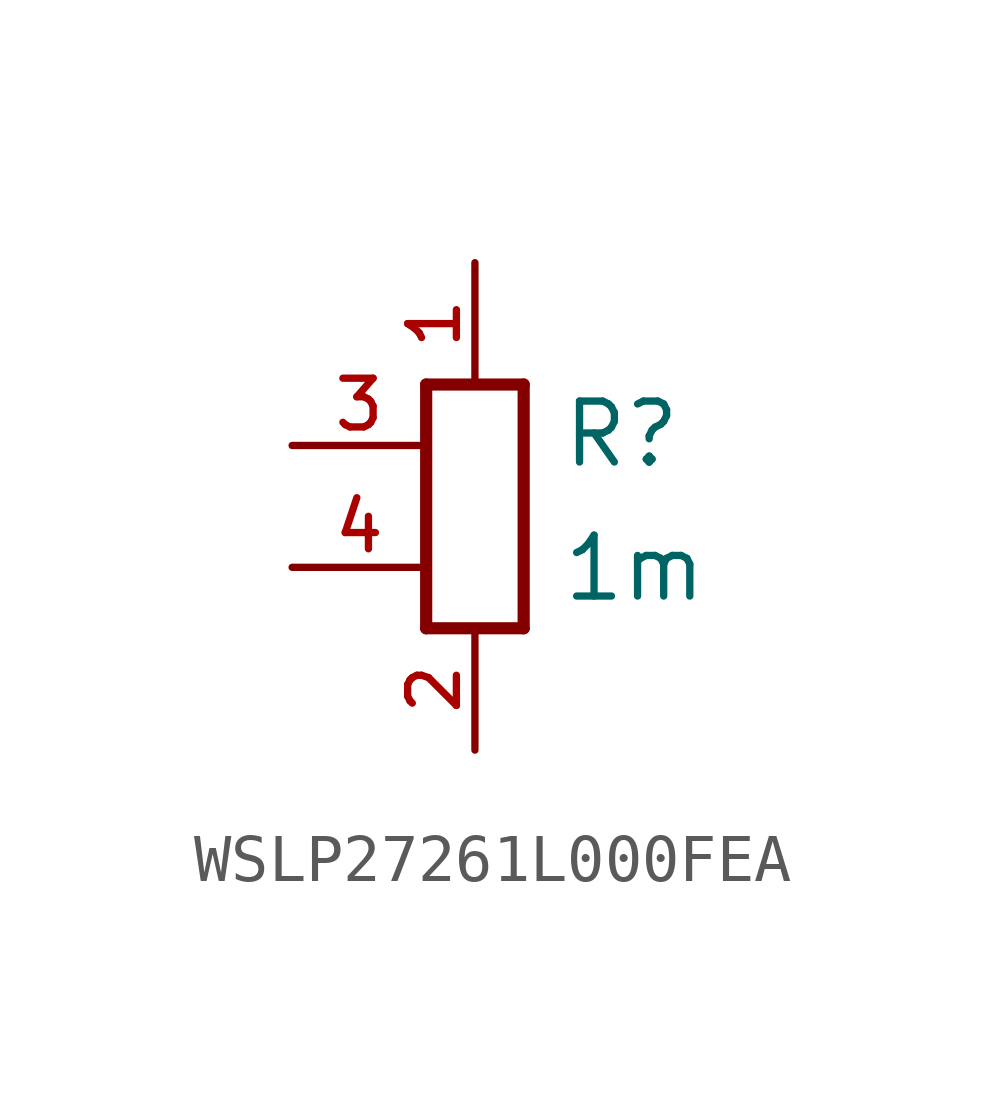
<source format=kicad_sym>
(kicad_symbol_lib
  (version 20241209)
  (generator "kicad_symbol_editor")
  (generator_version "9.0")
  (symbol "WSLP27261L000FEA"
    (pin_names
      (offset 1.016))
    (property "Reference" "R"
      (at 1.778 0.762 0)
      (effects (font (size 1.27 1.27)) (justify left bottom)))
    (property "Value" "1m"
      (at 1.778 -2.032 0)
      (effects (font (size 1.27 1.27)) (justify left bottom)))
    (symbol "WSLP27261L000FEA_0_0"
      (polyline (pts (xy -1.016 -2.54) (xy -1.016 2.54)) (stroke (width 0.254) (type default)) (fill (type none)))
      (polyline (pts (xy -1.016 -2.54) (xy 1.016 -2.54)) (stroke (width 0.254) (type default)) (fill (type none)))
      (polyline (pts (xy 1.016 2.54) (xy -1.016 2.54)) (stroke (width 0.254) (type default)) (fill (type none)))
      (polyline (pts (xy 1.016 -2.54) (xy 1.016 2.54)) (stroke (width 0.254) (type default)) (fill (type none)))
      (pin passive line (at -3.81 1.27 0) (length 2.794) (name "~" (effects (font (size 1.016 1.016)))) (number "3" (effects (font (size 1.016 1.016)))))
      (pin passive line (at -3.81 -1.27 0) (length 2.794) (name "~" (effects (font (size 1.016 1.016)))) (number "4" (effects (font (size 1.016 1.016)))))
      (pin passive line (at 0 5.08 270) (length 2.54) (name "~" (effects (font (size 1.016 1.016)))) (number "1" (effects (font (size 1.016 1.016)))))
      (pin passive line (at 0 -5.08 90) (length 2.54) (name "~" (effects (font (size 1.016 1.016)))) (number "2" (effects (font (size 1.016 1.016))))))))
</source>
